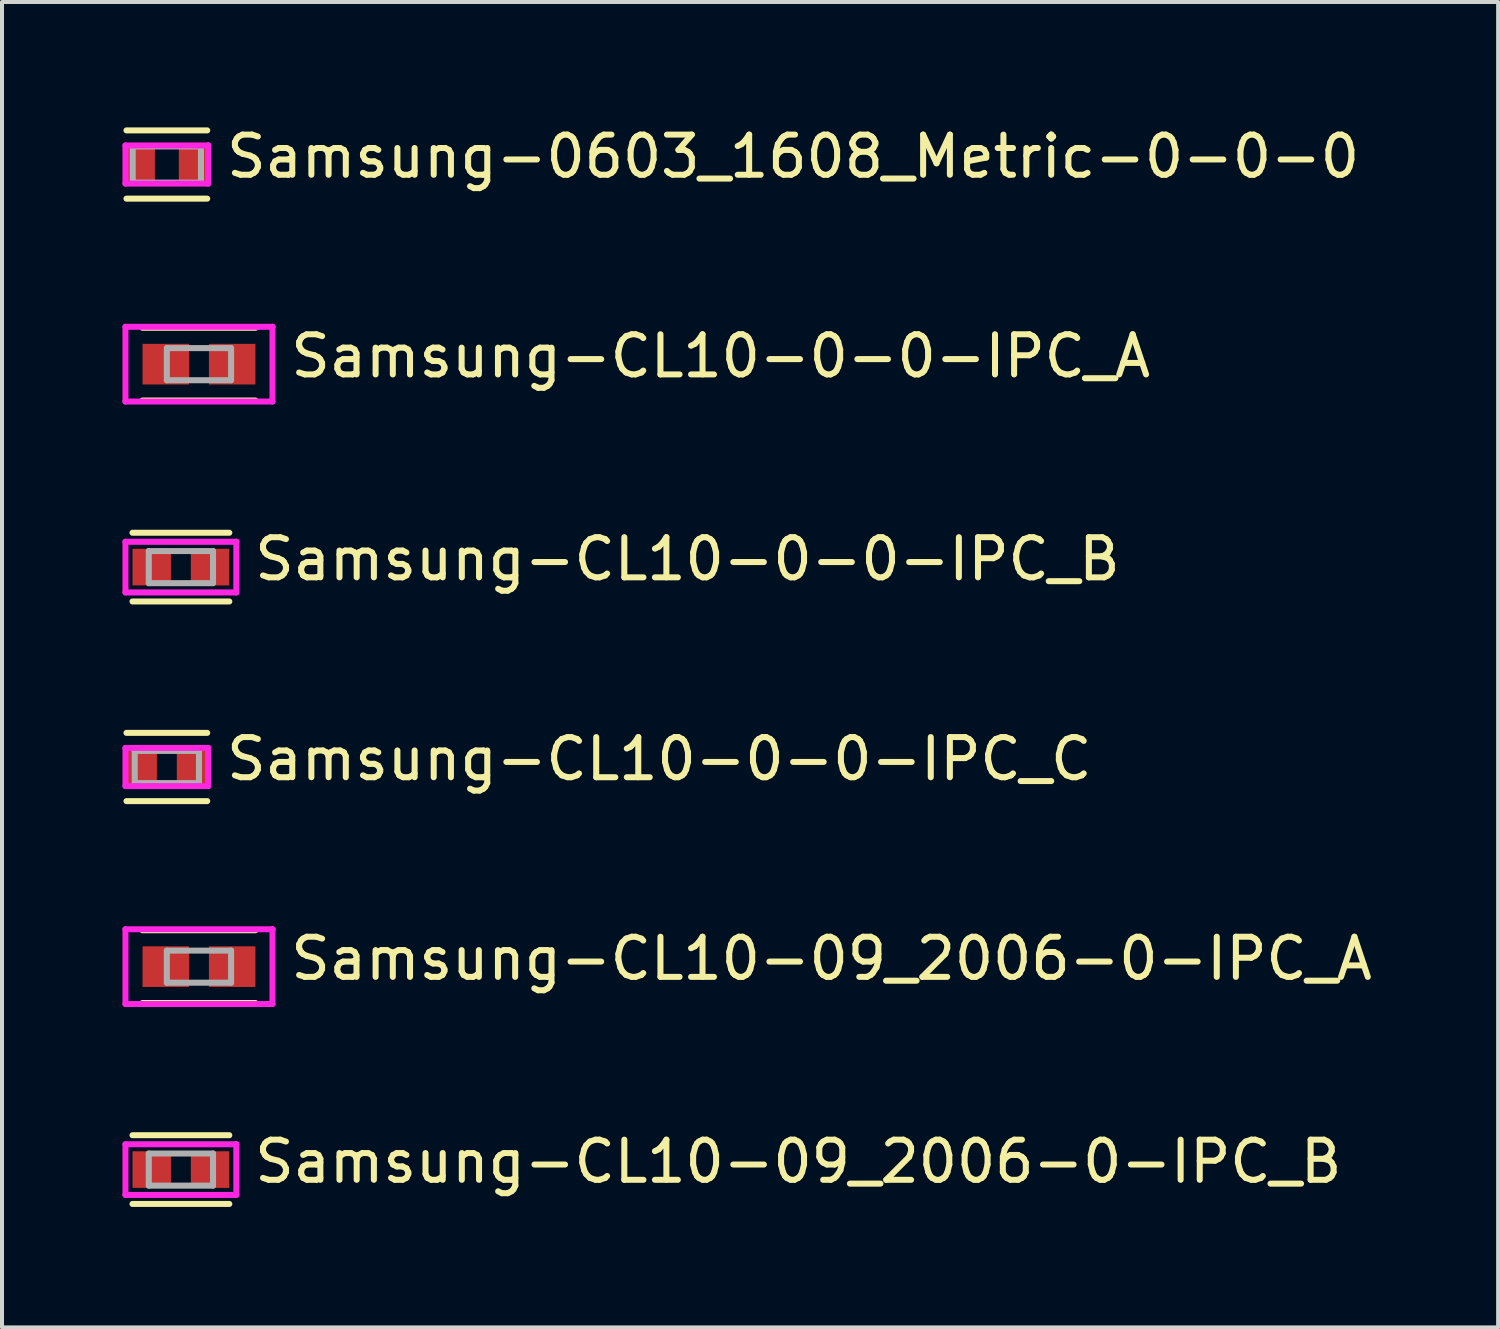
<source format=kicad_pcb>
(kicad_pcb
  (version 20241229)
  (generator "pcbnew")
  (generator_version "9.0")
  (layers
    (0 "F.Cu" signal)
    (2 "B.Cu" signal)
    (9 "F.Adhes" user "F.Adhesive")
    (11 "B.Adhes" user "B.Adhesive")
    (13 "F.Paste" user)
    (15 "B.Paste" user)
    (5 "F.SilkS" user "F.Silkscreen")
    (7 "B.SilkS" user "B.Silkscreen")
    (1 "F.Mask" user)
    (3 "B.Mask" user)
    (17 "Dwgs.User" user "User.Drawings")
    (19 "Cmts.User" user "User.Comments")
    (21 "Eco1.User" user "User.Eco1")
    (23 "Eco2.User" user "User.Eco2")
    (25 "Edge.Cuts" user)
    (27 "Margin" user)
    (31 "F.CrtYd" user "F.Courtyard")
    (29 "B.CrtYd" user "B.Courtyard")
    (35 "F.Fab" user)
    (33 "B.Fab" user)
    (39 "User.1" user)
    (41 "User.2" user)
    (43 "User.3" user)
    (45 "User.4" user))
  (footprint "Samsung-CL10-09_2006-0-IPC_B"
    (layer "F.Cu")
    (at 1.456 26.083)
    (property "Reference" "Samsung-CL10-09_2006-0-IPC_B" (at 1.756 -0.2 0) (layer "F.SilkS") (effects (font (size 1 1) (thickness 0.15)) (justify left)))
    (attr through_hole)
    (fp_line (start -1.206 -0.856) (end 1.206 -0.856) (stroke (width 0.15) (type solid)) (layer "F.SilkS"))
    (fp_line (start -1.206 0.856) (end 1.206 0.856) (stroke (width 0.15) (type solid)) (layer "F.SilkS"))
    (fp_line (start -1.381 -0.631) (end -1.381 0.631) (stroke (width 0.15) (type solid)) (layer "F.CrtYd"))
    (fp_line (start -1.381 0.631) (end 1.381 0.631) (stroke (width 0.15) (type solid)) (layer "F.CrtYd"))
    (fp_line (start 1.381 -0.631) (end -1.381 -0.631) (stroke (width 0.15) (type solid)) (layer "F.CrtYd"))
    (fp_line (start 1.381 -0.631) (end 1.381 -0.631) (stroke (width 0.15) (type solid)) (layer "F.CrtYd"))
    (fp_line (start 1.381 0.631) (end 1.381 -0.631) (stroke (width 0.15) (type solid)) (layer "F.CrtYd"))
    (fp_line (start -0.8 -0.4) (end 0.8 -0.4) (stroke (width 0.15) (type solid)) (layer "F.Fab"))
    (fp_line (start -0.8 0.4) (end -0.8 -0.4) (stroke (width 0.15) (type solid)) (layer "F.Fab"))
    (fp_line (start 0.8 -0.4) (end 0.8 0.4) (stroke (width 0.15) (type solid)) (layer "F.Fab"))
    (fp_line (start 0.8 0.4) (end -0.8 0.4) (stroke (width 0.15) (type solid)) (layer "F.Fab"))
    (pad "1" smd rect (at -0.727 0) (size 0.958 0.912) (layers "F.Cu" "F.Mask" "F.Paste"))
    (pad "2" smd rect (at 0.727 0) (size 0.958 0.912) (layers "F.Cu" "F.Mask" "F.Paste")))
  (footprint "Samsung-CL10-0-0-IPC_C"
    (layer "F.Cu")
    (at 1.106 16.055)
    (property "Reference" "Samsung-CL10-0-0-IPC_C" (at 1.406 -0.2 0) (layer "F.SilkS") (effects (font (size 1 1) (thickness 0.15)) (justify left)))
    (attr through_hole)
    (fp_line (start -1.006 -0.85) (end 1.006 -0.85) (stroke (width 0.15) (type solid)) (layer "F.SilkS"))
    (fp_line (start -1.006 0.85) (end 1.006 0.85) (stroke (width 0.15) (type solid)) (layer "F.SilkS"))
    (fp_line (start -1.031 -0.475) (end -1.031 0.475) (stroke (width 0.15) (type solid)) (layer "F.CrtYd"))
    (fp_line (start -1.031 0.475) (end 1.031 0.475) (stroke (width 0.15) (type solid)) (layer "F.CrtYd"))
    (fp_line (start 1.031 -0.475) (end -1.031 -0.475) (stroke (width 0.15) (type solid)) (layer "F.CrtYd"))
    (fp_line (start 1.031 -0.475) (end 1.031 -0.475) (stroke (width 0.15) (type solid)) (layer "F.CrtYd"))
    (fp_line (start 1.031 0.475) (end 1.031 -0.475) (stroke (width 0.15) (type solid)) (layer "F.CrtYd"))
    (fp_line (start -0.8 -0.4) (end 0.8 -0.4) (stroke (width 0.15) (type solid)) (layer "F.Fab"))
    (fp_line (start -0.8 0.4) (end -0.8 -0.4) (stroke (width 0.15) (type solid)) (layer "F.Fab"))
    (fp_line (start 0.8 -0.4) (end 0.8 0.4) (stroke (width 0.15) (type solid)) (layer "F.Fab"))
    (fp_line (start 0.8 0.4) (end -0.8 0.4) (stroke (width 0.15) (type solid)) (layer "F.Fab"))
    (pad "1" smd rect (at -0.627 0) (size 0.758 0.812) (layers "F.Cu" "F.Mask" "F.Paste"))
    (pad "2" smd rect (at 0.627 0) (size 0.758 0.812) (layers "F.Cu" "F.Mask" "F.Paste")))
  (footprint "Samsung-0603_1608_Metric-0-0-0"
    (layer "F.Cu")
    (at 1.106 1.048)
    (property "Reference" "Samsung-0603_1608_Metric-0-0-0" (at 1.406 -0.2 0) (layer "F.SilkS") (effects (font (size 1 1) (thickness 0.15)) (justify left)))
    (attr through_hole)
    (fp_line (start -1.006 -0.85) (end 1.006 -0.85) (stroke (width 0.15) (type solid)) (layer "F.SilkS"))
    (fp_line (start -1.006 0.85) (end 1.006 0.85) (stroke (width 0.15) (type solid)) (layer "F.SilkS"))
    (fp_line (start -1.031 -0.475) (end -1.031 0.475) (stroke (width 0.15) (type solid)) (layer "F.CrtYd"))
    (fp_line (start -1.031 0.475) (end 1.031 0.475) (stroke (width 0.15) (type solid)) (layer "F.CrtYd"))
    (fp_line (start 1.031 -0.475) (end -1.031 -0.475) (stroke (width 0.15) (type solid)) (layer "F.CrtYd"))
    (fp_line (start 1.031 -0.475) (end 1.031 -0.475) (stroke (width 0.15) (type solid)) (layer "F.CrtYd"))
    (fp_line (start 1.031 0.475) (end 1.031 -0.475) (stroke (width 0.15) (type solid)) (layer "F.CrtYd"))
    (fp_line (start -0.85 -0.45) (end 0.85 -0.45) (stroke (width 0.15) (type solid)) (layer "F.Fab"))
    (fp_line (start -0.85 0.45) (end -0.85 -0.45) (stroke (width 0.15) (type solid)) (layer "F.Fab"))
    (fp_line (start 0.85 -0.45) (end 0.85 0.45) (stroke (width 0.15) (type solid)) (layer "F.Fab"))
    (fp_line (start 0.85 0.45) (end -0.85 0.45) (stroke (width 0.15) (type solid)) (layer "F.Fab"))
    (pad "1" smd rect (at -0.652 0) (size 0.708 0.812) (layers "F.Cu" "F.Mask" "F.Paste"))
    (pad "2" smd rect (at 0.652 0) (size 0.708 0.812) (layers "F.Cu" "F.Mask" "F.Paste")))
  (footprint "Samsung-CL10-0-0-IPC_A"
    (layer "F.Cu")
    (at 1.906 6.021)
    (property "Reference" "Samsung-CL10-0-0-IPC_A" (at 2.206 -0.2 0) (layer "F.SilkS") (effects (font (size 1 1) (thickness 0.15)) (justify left)))
    (attr through_hole)
    (fp_line (start -1.406 -0.906) (end 1.406 -0.906) (stroke (width 0.15) (type solid)) (layer "F.SilkS"))
    (fp_line (start -1.406 0.906) (end 1.406 0.906) (stroke (width 0.15) (type solid)) (layer "F.SilkS"))
    (fp_line (start -1.831 -0.931) (end -1.831 0.931) (stroke (width 0.15) (type solid)) (layer "F.CrtYd"))
    (fp_line (start -1.831 0.931) (end 1.831 0.931) (stroke (width 0.15) (type solid)) (layer "F.CrtYd"))
    (fp_line (start 1.831 -0.931) (end -1.831 -0.931) (stroke (width 0.15) (type solid)) (layer "F.CrtYd"))
    (fp_line (start 1.831 -0.931) (end 1.831 -0.931) (stroke (width 0.15) (type solid)) (layer "F.CrtYd"))
    (fp_line (start 1.831 0.931) (end 1.831 -0.931) (stroke (width 0.15) (type solid)) (layer "F.CrtYd"))
    (fp_line (start -0.8 -0.4) (end 0.8 -0.4) (stroke (width 0.15) (type solid)) (layer "F.Fab"))
    (fp_line (start -0.8 0.4) (end -0.8 -0.4) (stroke (width 0.15) (type solid)) (layer "F.Fab"))
    (fp_line (start 0.8 -0.4) (end 0.8 0.4) (stroke (width 0.15) (type solid)) (layer "F.Fab"))
    (fp_line (start 0.8 0.4) (end -0.8 0.4) (stroke (width 0.15) (type solid)) (layer "F.Fab"))
    (pad "1" smd rect (at -0.827 0) (size 1.158 1.012) (layers "F.Cu" "F.Mask" "F.Paste"))
    (pad "2" smd rect (at 0.827 0) (size 1.158 1.012) (layers "F.Cu" "F.Mask" "F.Paste")))
  (footprint "Samsung-CL10-09_2006-0-IPC_A"
    (layer "F.Cu")
    (at 1.906 21.028)
    (property "Reference" "Samsung-CL10-09_2006-0-IPC_A" (at 2.206 -0.2 0) (layer "F.SilkS") (effects (font (size 1 1) (thickness 0.15)) (justify left)))
    (attr through_hole)
    (fp_line (start -1.406 -0.906) (end 1.406 -0.906) (stroke (width 0.15) (type solid)) (layer "F.SilkS"))
    (fp_line (start -1.406 0.906) (end 1.406 0.906) (stroke (width 0.15) (type solid)) (layer "F.SilkS"))
    (fp_line (start -1.831 -0.931) (end -1.831 0.931) (stroke (width 0.15) (type solid)) (layer "F.CrtYd"))
    (fp_line (start -1.831 0.931) (end 1.831 0.931) (stroke (width 0.15) (type solid)) (layer "F.CrtYd"))
    (fp_line (start 1.831 -0.931) (end -1.831 -0.931) (stroke (width 0.15) (type solid)) (layer "F.CrtYd"))
    (fp_line (start 1.831 -0.931) (end 1.831 -0.931) (stroke (width 0.15) (type solid)) (layer "F.CrtYd"))
    (fp_line (start 1.831 0.931) (end 1.831 -0.931) (stroke (width 0.15) (type solid)) (layer "F.CrtYd"))
    (fp_line (start -0.8 -0.4) (end 0.8 -0.4) (stroke (width 0.15) (type solid)) (layer "F.Fab"))
    (fp_line (start -0.8 0.4) (end -0.8 -0.4) (stroke (width 0.15) (type solid)) (layer "F.Fab"))
    (fp_line (start 0.8 -0.4) (end 0.8 0.4) (stroke (width 0.15) (type solid)) (layer "F.Fab"))
    (fp_line (start 0.8 0.4) (end -0.8 0.4) (stroke (width 0.15) (type solid)) (layer "F.Fab"))
    (pad "1" smd rect (at -0.827 0) (size 1.158 1.012) (layers "F.Cu" "F.Mask" "F.Paste"))
    (pad "2" smd rect (at 0.827 0) (size 1.158 1.012) (layers "F.Cu" "F.Mask" "F.Paste")))
  (footprint "Samsung-CL10-0-0-IPC_B"
    (layer "F.Cu")
    (at 1.456 11.076)
    (property "Reference" "Samsung-CL10-0-0-IPC_B" (at 1.756 -0.2 0) (layer "F.SilkS") (effects (font (size 1 1) (thickness 0.15)) (justify left)))
    (attr through_hole)
    (fp_line (start -1.206 -0.856) (end 1.206 -0.856) (stroke (width 0.15) (type solid)) (layer "F.SilkS"))
    (fp_line (start -1.206 0.856) (end 1.206 0.856) (stroke (width 0.15) (type solid)) (layer "F.SilkS"))
    (fp_line (start -1.381 -0.631) (end -1.381 0.631) (stroke (width 0.15) (type solid)) (layer "F.CrtYd"))
    (fp_line (start -1.381 0.631) (end 1.381 0.631) (stroke (width 0.15) (type solid)) (layer "F.CrtYd"))
    (fp_line (start 1.381 -0.631) (end -1.381 -0.631) (stroke (width 0.15) (type solid)) (layer "F.CrtYd"))
    (fp_line (start 1.381 -0.631) (end 1.381 -0.631) (stroke (width 0.15) (type solid)) (layer "F.CrtYd"))
    (fp_line (start 1.381 0.631) (end 1.381 -0.631) (stroke (width 0.15) (type solid)) (layer "F.CrtYd"))
    (fp_line (start -0.8 -0.4) (end 0.8 -0.4) (stroke (width 0.15) (type solid)) (layer "F.Fab"))
    (fp_line (start -0.8 0.4) (end -0.8 -0.4) (stroke (width 0.15) (type solid)) (layer "F.Fab"))
    (fp_line (start 0.8 -0.4) (end 0.8 0.4) (stroke (width 0.15) (type solid)) (layer "F.Fab"))
    (fp_line (start 0.8 0.4) (end -0.8 0.4) (stroke (width 0.15) (type solid)) (layer "F.Fab"))
    (pad "1" smd rect (at -0.727 0) (size 0.958 0.912) (layers "F.Cu" "F.Mask" "F.Paste"))
    (pad "2" smd rect (at 0.727 0) (size 0.958 0.912) (layers "F.Cu" "F.Mask" "F.Paste")))
  (gr_rect
    (start -3 -3)
    (end 34.267 30.014)
    (stroke (width 0.1) (type default))
    (fill no)
    (layer "Edge.Cuts")))
</source>
